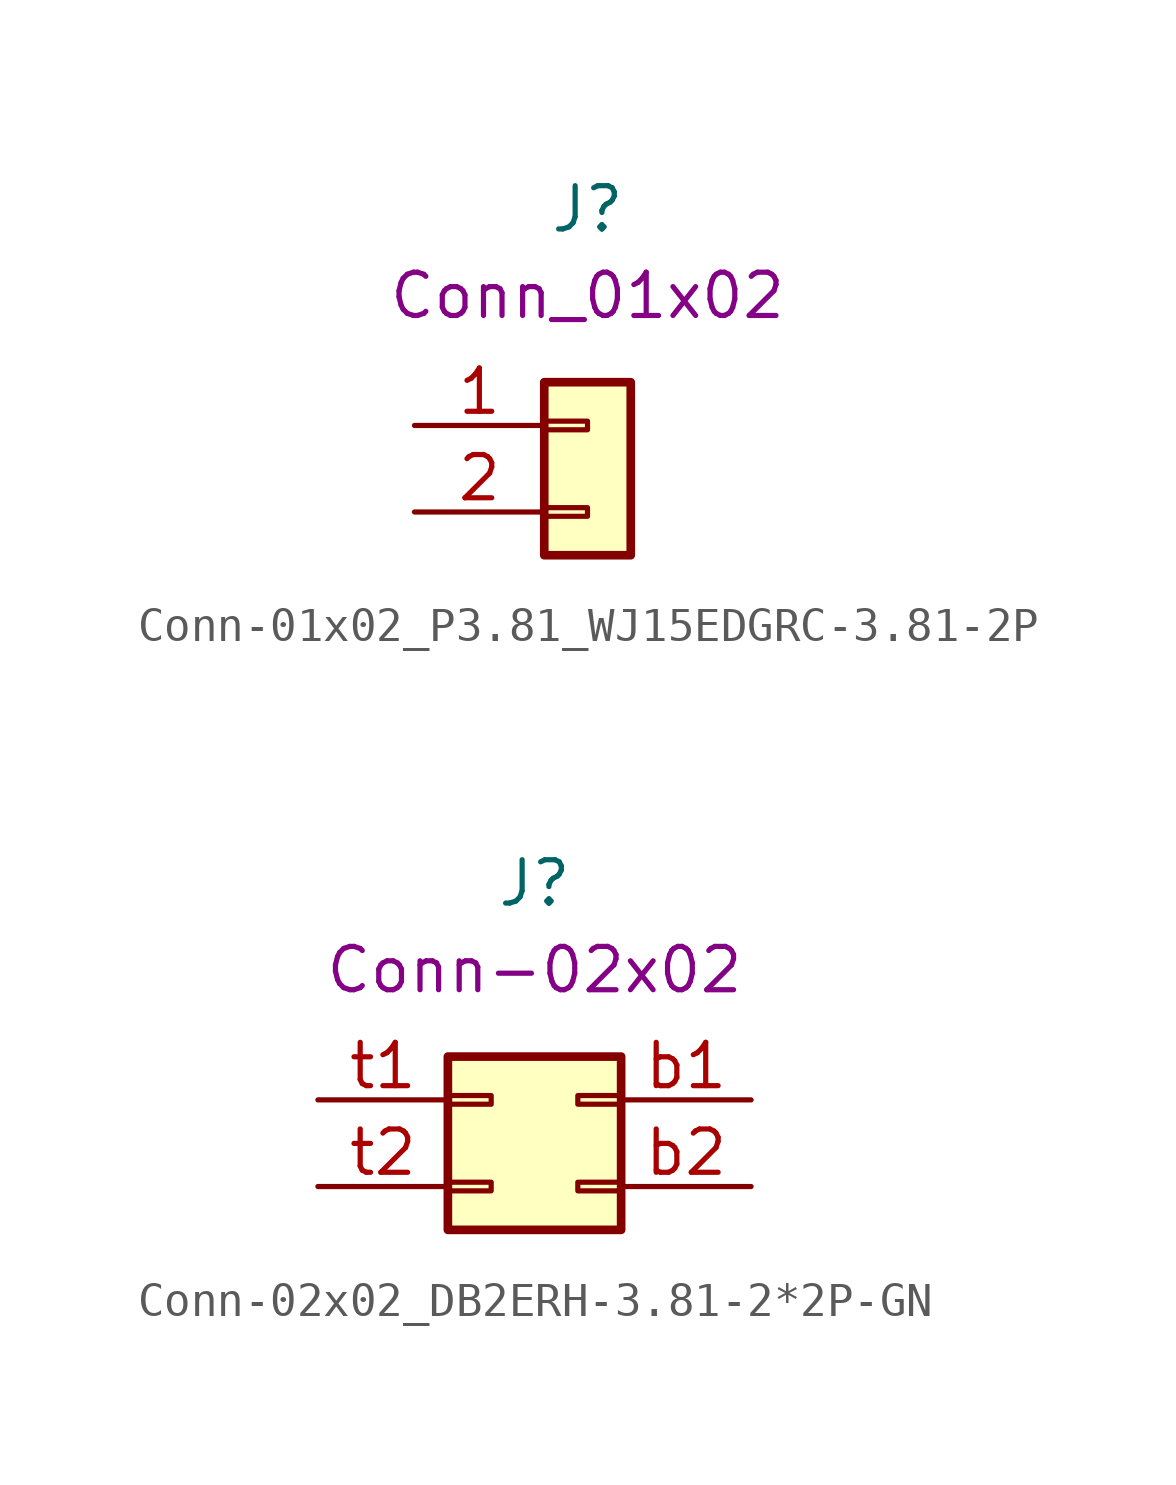
<source format=kicad_sym>
(kicad_symbol_lib
  (version 20220914)
  (generator kicad_symbol_editor)
  (symbol "Conn-01x02_P3.81_WJ15EDGRC-3.81-2P"
    (pin_names hide)
    (property "Reference" "J"
      (at 0 7.62 0)
      (effects (font (size 1.27 1.27))))
    (property "UserValue" "Conn_01x02"
      (at 0 5.08 0)
      (effects (font (size 1.27 1.27))))
    (symbol "Conn-01x02_P3.81_WJ15EDGRC-3.81-2P_1_1"
      (rectangle (start -1.27 -1.143) (end 0 -1.397) (stroke (width 0.152) (type default)) (fill (type none)))
      (rectangle (start -1.27 1.397) (end 0 1.143) (stroke (width 0.152) (type default)) (fill (type none)))
      (rectangle (start -1.27 2.54) (end 1.27 -2.54) (stroke (width 0.254) (type default)) (fill (type background)))
      (pin passive line (at -5.08 1.27 0) (length 3.81) (name "Pin_1" (effects (font (size 1.27 1.27)))) (number "1" (effects (font (size 1.27 1.27)))))
      (pin passive line (at -5.08 -1.27 0) (length 3.81) (name "Pin_2" (effects (font (size 1.27 1.27)))) (number "2" (effects (font (size 1.27 1.27)))))))
  (symbol "Conn-02x02_DB2ERH-3.81-2*2P-GN"
    (pin_names hide)
    (property "Reference" "J"
      (at 0 7.62 0)
      (effects (font (size 1.27 1.27))))
    (property "UserValue" "Conn-02x02"
      (at 0 5.08 0)
      (effects (font (size 1.27 1.27))))
    (symbol "Conn-02x02_DB2ERH-3.81-2*2P-GN_1_1"
      (rectangle (start -2.54 -1.143) (end -1.27 -1.397) (stroke (width 0.152) (type default)) (fill (type none)))
      (rectangle (start -2.54 1.397) (end -1.27 1.143) (stroke (width 0.152) (type default)) (fill (type none)))
      (rectangle (start -2.54 2.54) (end 2.54 -2.54) (stroke (width 0.254) (type default)) (fill (type background)))
      (rectangle (start 2.54 -1.143) (end 1.27 -1.397) (stroke (width 0.152) (type default)) (fill (type none)))
      (rectangle (start 2.54 1.397) (end 1.27 1.143) (stroke (width 0.152) (type default)) (fill (type none)))
      (pin passive line (at 6.35 1.27 180) (length 3.81) (name "Pin_1b" (effects (font (size 1.27 1.27)))) (number "b1" (effects (font (size 1.27 1.27)))))
      (pin passive line (at 6.35 -1.27 180) (length 3.81) (name "Pin_2b" (effects (font (size 1.27 1.27)))) (number "b2" (effects (font (size 1.27 1.27)))))
      (pin passive line (at -6.35 1.27 0) (length 3.81) (name "Pin_1a" (effects (font (size 1.27 1.27)))) (number "t1" (effects (font (size 1.27 1.27)))))
      (pin passive line (at -6.35 -1.27 0) (length 3.81) (name "Pin_2a" (effects (font (size 1.27 1.27)))) (number "t2" (effects (font (size 1.27 1.27))))))))
</source>
